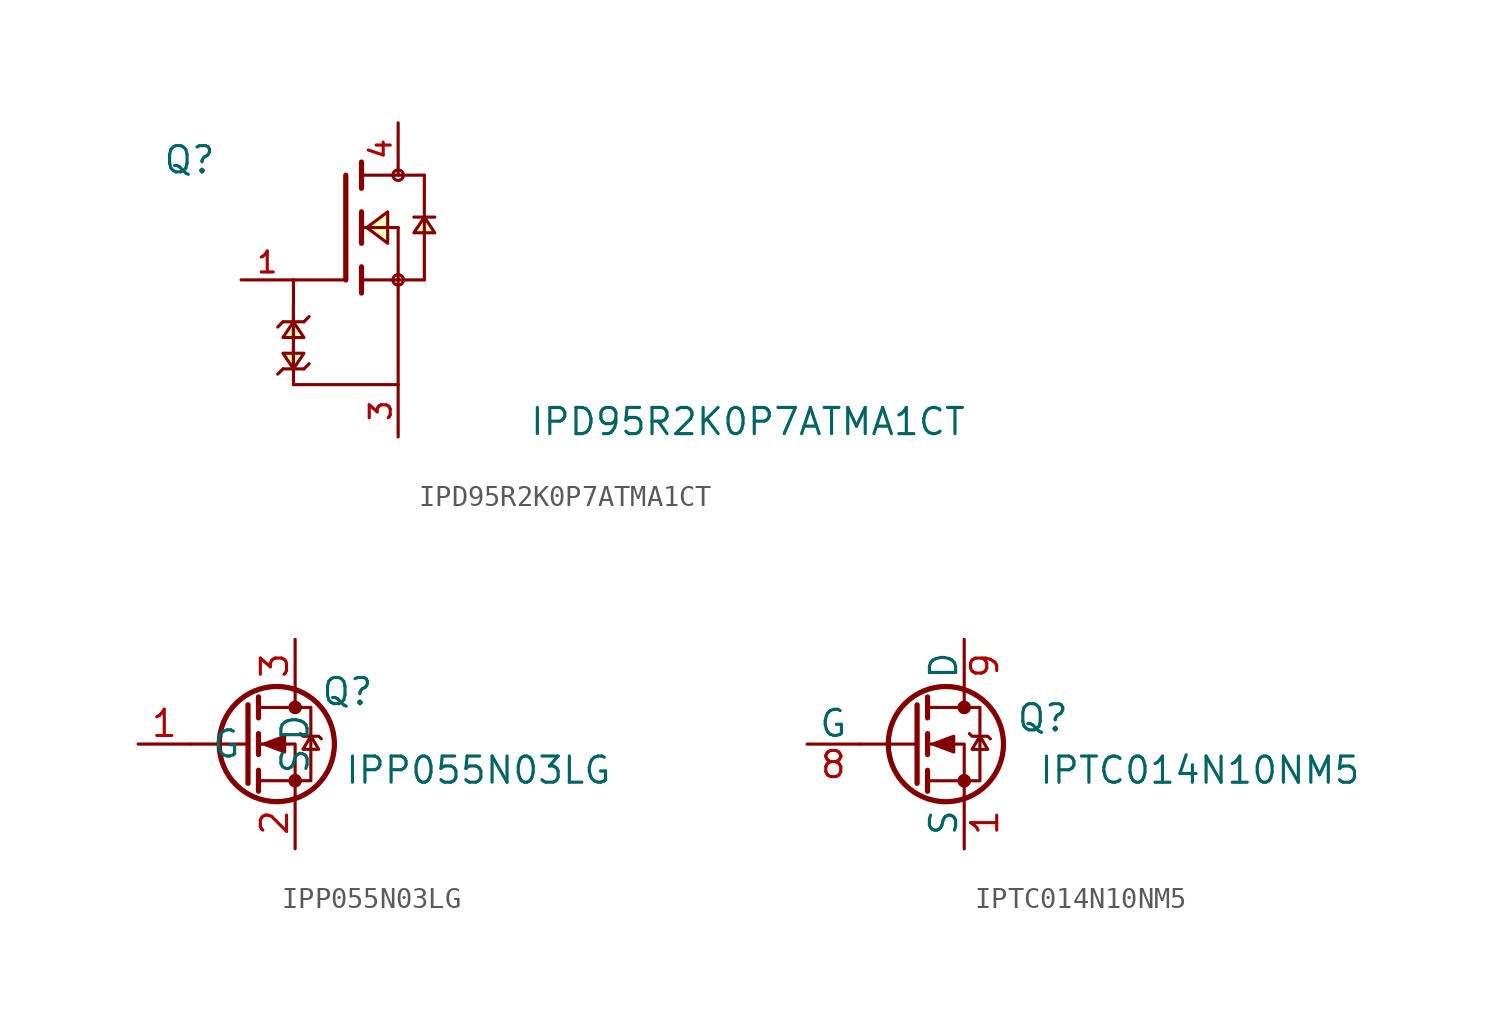
<source format=kicad_sym>
(kicad_symbol_lib
  (version 20231120)
  (generator "kicad_symbol_editor")
  (generator_version "8.0")
  (symbol "IPD95R2K0P7ATMA1CT"
    (pin_names
      (offset 1.016) hide)
    (property "Reference" "Q"
      (at -8.89 2.54 0)
      (effects (font (size 1.27 1.27)) (justify left bottom)))
    (property "Value" "IPD95R2K0P7ATMA1CT"
      (at 8.89 -10.16 0)
      (effects (font (size 1.27 1.27)) (justify left bottom)))
    (symbol "IPD95R2K0P7ATMA1CT_0_0"
      (polyline (pts (xy -3.302 -7.112) (xy -3.048 -6.858)) (stroke (width 0.152) (type default)) (fill (type none)))
      (polyline (pts (xy -3.048 -6.858) (xy -2.54 -6.858)) (stroke (width 0.152) (type default)) (fill (type none)))
      (polyline (pts (xy -3.048 -4.572) (xy -3.302 -4.826)) (stroke (width 0.152) (type default)) (fill (type none)))
      (polyline (pts (xy -2.54 -7.62) (xy 2.54 -7.62)) (stroke (width 0.152) (type default)) (fill (type none)))
      (polyline (pts (xy -2.54 -6.858) (xy -2.54 -3.81)) (stroke (width 0.152) (type default)) (fill (type none)))
      (polyline (pts (xy -2.54 -6.858) (xy -2.032 -6.858)) (stroke (width 0.152) (type default)) (fill (type none)))
      (polyline (pts (xy -2.54 -4.572) (xy -3.048 -4.572)) (stroke (width 0.152) (type default)) (fill (type none)))
      (polyline (pts (xy -2.54 -4.572) (xy -2.54 -7.62)) (stroke (width 0.152) (type default)) (fill (type none)))
      (polyline (pts (xy -2.54 -2.54) (xy -2.54 -4.572)) (stroke (width 0.152) (type default)) (fill (type none)))
      (polyline (pts (xy -2.54 -2.54) (xy 0 -2.54)) (stroke (width 0.152) (type default)) (fill (type none)))
      (polyline (pts (xy -2.032 -6.858) (xy -1.778 -6.604)) (stroke (width 0.152) (type default)) (fill (type none)))
      (polyline (pts (xy -2.032 -4.572) (xy -2.54 -4.572)) (stroke (width 0.152) (type default)) (fill (type none)))
      (polyline (pts (xy -1.778 -4.318) (xy -2.032 -4.572)) (stroke (width 0.152) (type default)) (fill (type none)))
      (polyline (pts (xy 0 2.54) (xy 0 -2.54)) (stroke (width 0.254) (type default)) (fill (type none)))
      (polyline (pts (xy 0.762 -2.54) (xy 0.762 -3.175)) (stroke (width 0.254) (type default)) (fill (type none)))
      (polyline (pts (xy 0.762 -1.905) (xy 0.762 -2.54)) (stroke (width 0.254) (type default)) (fill (type none)))
      (polyline (pts (xy 0.762 0) (xy 0.762 -0.762)) (stroke (width 0.254) (type default)) (fill (type none)))
      (polyline (pts (xy 0.762 0) (xy 2.54 0)) (stroke (width 0.152) (type default)) (fill (type none)))
      (polyline (pts (xy 0.762 0.762) (xy 0.762 0)) (stroke (width 0.254) (type default)) (fill (type none)))
      (polyline (pts (xy 0.762 2.54) (xy 0.762 1.905)) (stroke (width 0.254) (type default)) (fill (type none)))
      (polyline (pts (xy 0.762 2.54) (xy 3.81 2.54)) (stroke (width 0.152) (type default)) (fill (type none)))
      (polyline (pts (xy 0.762 3.175) (xy 0.762 2.54)) (stroke (width 0.254) (type default)) (fill (type none)))
      (polyline (pts (xy 2.54 -7.62) (xy 2.54 -2.54)) (stroke (width 0.152) (type default)) (fill (type none)))
      (polyline (pts (xy 2.54 -2.54) (xy 0.762 -2.54)) (stroke (width 0.152) (type default)) (fill (type none)))
      (polyline (pts (xy 2.54 -2.54) (xy 3.81 -2.54)) (stroke (width 0.152) (type default)) (fill (type none)))
      (polyline (pts (xy 2.54 0) (xy 2.54 -2.54)) (stroke (width 0.152) (type default)) (fill (type none)))
      (polyline (pts (xy 3.81 0.508) (xy 3.302 0.508)) (stroke (width 0.152) (type default)) (fill (type none)))
      (polyline (pts (xy 3.81 0.508) (xy 3.81 -2.54)) (stroke (width 0.152) (type default)) (fill (type none)))
      (polyline (pts (xy 3.81 2.54) (xy 3.81 0.508)) (stroke (width 0.152) (type default)) (fill (type none)))
      (polyline (pts (xy 4.318 0.508) (xy 3.81 0.508)) (stroke (width 0.152) (type default)) (fill (type none)))
      (polyline (pts (xy -2.54 -6.858) (xy -2.032 -6.096) (xy -3.048 -6.096) (xy -2.54 -6.858)) (stroke (width 0.152) (type default)) (fill (type background)))
      (polyline (pts (xy -2.54 -4.572) (xy -3.048 -5.334) (xy -2.032 -5.334) (xy -2.54 -4.572)) (stroke (width 0.152) (type default)) (fill (type background)))
      (polyline (pts (xy 1.016 0) (xy 2.032 0.762) (xy 2.032 -0.762) (xy 1.016 0)) (stroke (width 0.152) (type default)) (fill (type background)))
      (polyline (pts (xy 3.81 0.508) (xy 3.302 -0.254) (xy 4.318 -0.254) (xy 3.81 0.508)) (stroke (width 0.152) (type default)) (fill (type background)))
      (circle (center 2.54 -2.54) (radius 0.254) (stroke (width 0) (type default)) (fill (type none)))
      (circle (center 2.54 2.54) (radius 0.254) (stroke (width 0) (type default)) (fill (type none)))
      (pin passive line (at -5.08 -2.54 0) (length 2.54) (name "~" (effects (font (size 1.016 1.016)))) (number "1" (effects (font (size 1.016 1.016)))))
      (pin passive line (at 2.54 -10.16 90) (length 2.54) (name "~" (effects (font (size 1.016 1.016)))) (number "3" (effects (font (size 1.016 1.016)))))
      (pin passive line (at 2.54 5.08 270) (length 2.54) (name "~" (effects (font (size 1.016 1.016)))) (number "4" (effects (font (size 1.016 1.016)))))))
  (symbol "IPP055N03LG"
    (pin_names
      (offset 1.016))
    (property "Reference" "Q"
      (at -6.35 3.81 0)
      (effects (font (size 1.27 1.27))))
    (property "Value" "IPP055N03LG"
      (at 0 0 0)
      (effects (font (size 1.27 1.27))))
    (symbol "IPP055N03LG_1_1"
      (circle (center -9.779 1.27) (radius 2.794) (stroke (width 0.254) (type default)) (fill (type none)))
      (circle (center -8.89 -0.508) (radius 0.254) (stroke (width 0) (type default)) (fill (type outline)))
      (circle (center -8.89 3.048) (radius 0.254) (stroke (width 0) (type default)) (fill (type outline)))
      (polyline (pts (xy -11.176 1.27) (xy -13.97 1.27)) (stroke (width 0) (type default)) (fill (type none)))
      (polyline (pts (xy -11.176 3.175) (xy -11.176 -0.635)) (stroke (width 0.254) (type default)) (fill (type none)))
      (polyline (pts (xy -10.668 0) (xy -10.668 -1.016)) (stroke (width 0.254) (type default)) (fill (type none)))
      (polyline (pts (xy -10.668 1.778) (xy -10.668 0.762)) (stroke (width 0.254) (type default)) (fill (type none)))
      (polyline (pts (xy -10.668 3.556) (xy -10.668 2.54)) (stroke (width 0.254) (type default)) (fill (type none)))
      (polyline (pts (xy -8.89 3.81) (xy -8.89 3.048)) (stroke (width 0) (type default)) (fill (type none)))
      (polyline (pts (xy -8.89 -1.27) (xy -8.89 1.27) (xy -10.668 1.27)) (stroke (width 0) (type default)) (fill (type none)))
      (polyline (pts (xy -10.668 -0.508) (xy -8.128 -0.508) (xy -8.128 3.048) (xy -10.668 3.048)) (stroke (width 0) (type default)) (fill (type none)))
      (polyline (pts (xy -10.414 1.27) (xy -9.398 1.651) (xy -9.398 0.889) (xy -10.414 1.27)) (stroke (width 0) (type default)) (fill (type outline)))
      (polyline (pts (xy -8.636 1.778) (xy -8.509 1.651) (xy -7.747 1.651) (xy -7.62 1.524)) (stroke (width 0) (type default)) (fill (type none)))
      (polyline (pts (xy -8.128 1.651) (xy -8.509 1.016) (xy -7.747 1.016) (xy -8.128 1.651)) (stroke (width 0) (type default)) (fill (type none)))
      (pin input line (at -16.51 1.27 0) (length 2.54) (name "G" (effects (font (size 1.27 1.27)))) (number "1" (effects (font (size 1.27 1.27)))))
      (pin passive line (at -8.89 -3.81 90) (length 2.54) (name "S" (effects (font (size 1.27 1.27)))) (number "2" (effects (font (size 1.27 1.27)))))
      (pin passive line (at -8.89 6.35 270) (length 2.54) (name "D" (effects (font (size 1.27 1.27)))) (number "3" (effects (font (size 1.27 1.27)))))))
  (symbol "IPTC014N10NM5"
    (pin_names
      (offset 0))
    (property "Reference" "Q"
      (at 3.81 1.27 0)
      (effects (font (size 1.27 1.27))))
    (property "Value" "IPTC014N10NM5"
      (at 11.43 -1.27 0)
      (effects (font (size 1.27 1.27))))
    (symbol "IPTC014N10NM5_0_1"
      (circle (center -0.889 0) (radius 2.794) (stroke (width 0.254) (type default)) (fill (type none)))
      (circle (center 0 -1.778) (radius 0.254) (stroke (width 0) (type default)) (fill (type outline)))
      (polyline (pts (xy -2.286 0) (xy -5.08 0)) (stroke (width 0) (type default)) (fill (type none)))
      (polyline (pts (xy -2.286 1.905) (xy -2.286 -1.905)) (stroke (width 0.254) (type default)) (fill (type none)))
      (polyline (pts (xy -1.778 -1.27) (xy -1.778 -2.286)) (stroke (width 0.254) (type default)) (fill (type none)))
      (polyline (pts (xy -1.778 0.508) (xy -1.778 -0.508)) (stroke (width 0.254) (type default)) (fill (type none)))
      (polyline (pts (xy -1.778 2.286) (xy -1.778 1.27)) (stroke (width 0.254) (type default)) (fill (type none)))
      (polyline (pts (xy 0 2.54) (xy 0 1.778)) (stroke (width 0) (type default)) (fill (type none)))
      (polyline (pts (xy 0 -2.54) (xy 0 0) (xy -1.778 0)) (stroke (width 0) (type default)) (fill (type none)))
      (polyline (pts (xy -1.778 -1.778) (xy 0.762 -1.778) (xy 0.762 1.778) (xy -1.778 1.778)) (stroke (width 0) (type default)) (fill (type none)))
      (polyline (pts (xy -1.524 0) (xy -0.508 0.381) (xy -0.508 -0.381) (xy -1.524 0)) (stroke (width 0) (type default)) (fill (type outline)))
      (polyline (pts (xy 0.254 0.508) (xy 0.381 0.381) (xy 1.143 0.381) (xy 1.27 0.254)) (stroke (width 0) (type default)) (fill (type none)))
      (polyline (pts (xy 0.762 0.381) (xy 0.381 -0.254) (xy 1.143 -0.254) (xy 0.762 0.381)) (stroke (width 0) (type default)) (fill (type none)))
      (circle (center 0 1.778) (radius 0.254) (stroke (width 0) (type default)) (fill (type outline))))
    (symbol "IPTC014N10NM5_1_1"
      (pin passive line (at 0 -5.08 90) (length 2.54) (name "S" (effects (font (size 1.27 1.27)))) (number "1" (effects (font (size 1.27 1.27)))))
      (pin passive line (at 0 5.08 270) (length 2.54) hide (name "D" (effects (font (size 1.27 1.27)))) (number "10" (effects (font (size 1.27 1.27)))))
      (pin passive line (at 0 5.08 270) (length 2.54) hide (name "D" (effects (font (size 1.27 1.27)))) (number "11" (effects (font (size 1.27 1.27)))))
      (pin passive line (at 0 5.08 270) (length 2.54) hide (name "D" (effects (font (size 1.27 1.27)))) (number "12" (effects (font (size 1.27 1.27)))))
      (pin passive line (at 0 5.08 270) (length 2.54) hide (name "D" (effects (font (size 1.27 1.27)))) (number "13" (effects (font (size 1.27 1.27)))))
      (pin passive line (at 0 5.08 270) (length 2.54) hide (name "D" (effects (font (size 1.27 1.27)))) (number "14" (effects (font (size 1.27 1.27)))))
      (pin passive line (at 0 5.08 270) (length 2.54) hide (name "D" (effects (font (size 1.27 1.27)))) (number "15" (effects (font (size 1.27 1.27)))))
      (pin passive line (at 0 5.08 270) (length 2.54) hide (name "D" (effects (font (size 1.27 1.27)))) (number "16" (effects (font (size 1.27 1.27)))))
      (pin passive line (at 0 -5.08 90) (length 2.54) hide (name "S" (effects (font (size 1.27 1.27)))) (number "2" (effects (font (size 1.27 1.27)))))
      (pin passive line (at 0 -5.08 90) (length 2.54) hide (name "S" (effects (font (size 1.27 1.27)))) (number "3" (effects (font (size 1.27 1.27)))))
      (pin passive line (at 0 -5.08 90) (length 2.54) hide (name "S" (effects (font (size 1.27 1.27)))) (number "4" (effects (font (size 1.27 1.27)))))
      (pin passive line (at 0 -5.08 90) (length 2.54) hide (name "S" (effects (font (size 1.27 1.27)))) (number "5" (effects (font (size 1.27 1.27)))))
      (pin passive line (at 0 -5.08 90) (length 2.54) hide (name "S" (effects (font (size 1.27 1.27)))) (number "6" (effects (font (size 1.27 1.27)))))
      (pin passive line (at 0 -5.08 90) (length 2.54) hide (name "S" (effects (font (size 1.27 1.27)))) (number "7" (effects (font (size 1.27 1.27)))))
      (pin input line (at -7.62 0 0) (length 2.54) (name "G" (effects (font (size 1.27 1.27)))) (number "8" (effects (font (size 1.27 1.27)))))
      (pin passive line (at 0 5.08 270) (length 2.54) (name "D" (effects (font (size 1.27 1.27)))) (number "9" (effects (font (size 1.27 1.27))))))))
</source>
